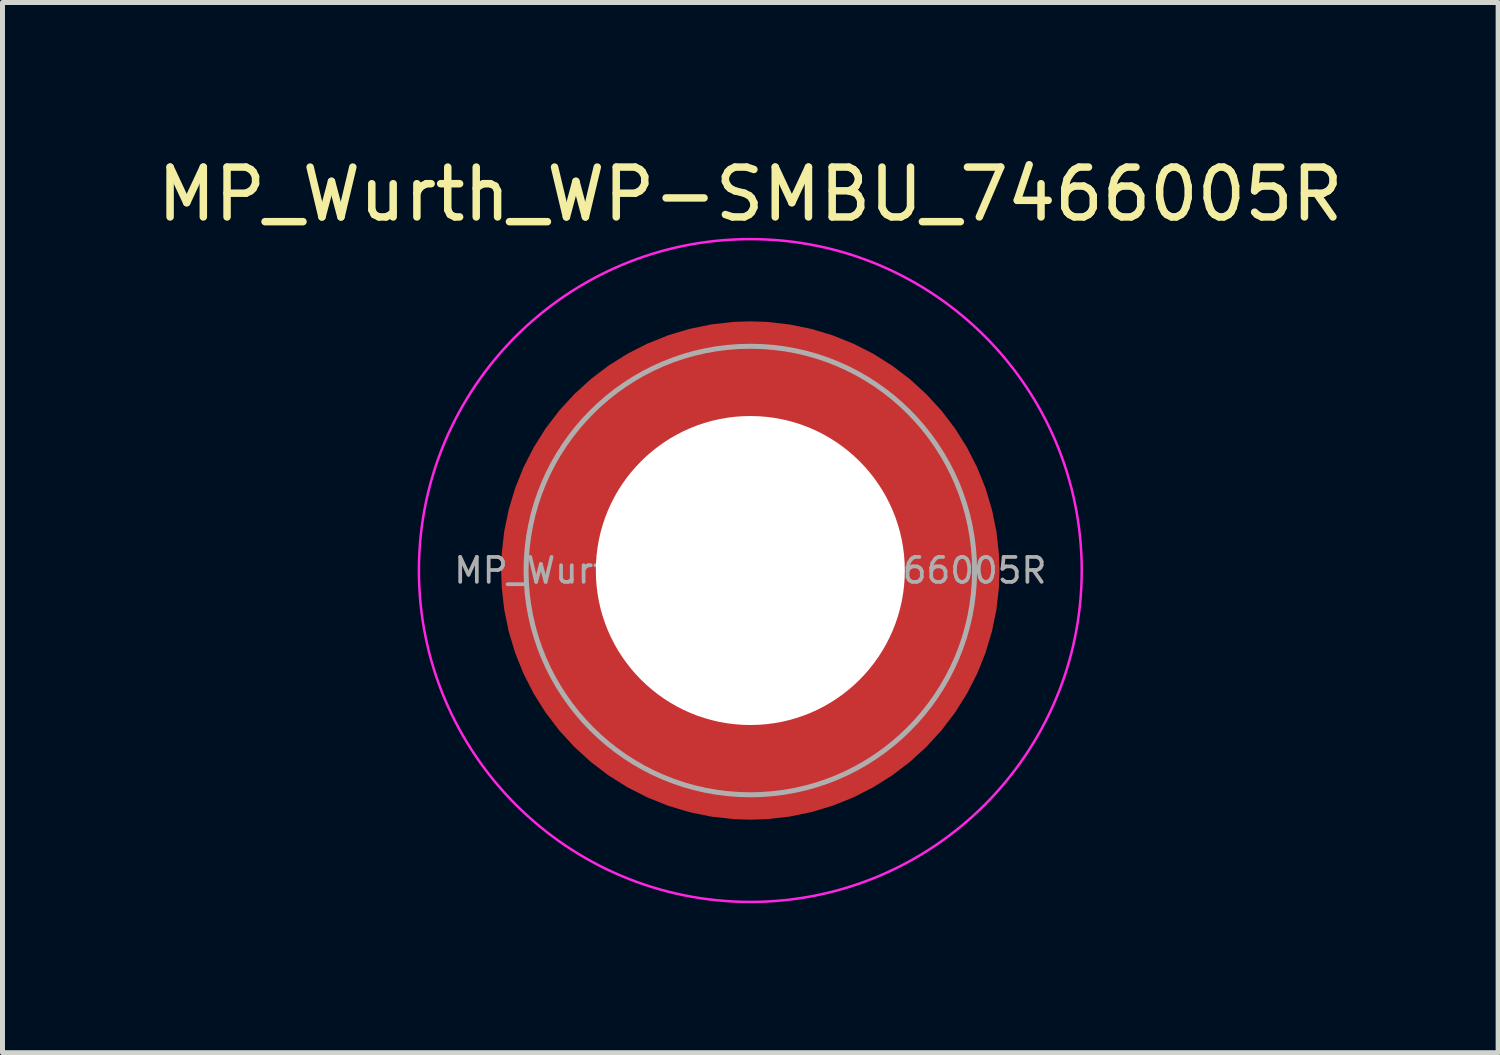
<source format=kicad_pcb>
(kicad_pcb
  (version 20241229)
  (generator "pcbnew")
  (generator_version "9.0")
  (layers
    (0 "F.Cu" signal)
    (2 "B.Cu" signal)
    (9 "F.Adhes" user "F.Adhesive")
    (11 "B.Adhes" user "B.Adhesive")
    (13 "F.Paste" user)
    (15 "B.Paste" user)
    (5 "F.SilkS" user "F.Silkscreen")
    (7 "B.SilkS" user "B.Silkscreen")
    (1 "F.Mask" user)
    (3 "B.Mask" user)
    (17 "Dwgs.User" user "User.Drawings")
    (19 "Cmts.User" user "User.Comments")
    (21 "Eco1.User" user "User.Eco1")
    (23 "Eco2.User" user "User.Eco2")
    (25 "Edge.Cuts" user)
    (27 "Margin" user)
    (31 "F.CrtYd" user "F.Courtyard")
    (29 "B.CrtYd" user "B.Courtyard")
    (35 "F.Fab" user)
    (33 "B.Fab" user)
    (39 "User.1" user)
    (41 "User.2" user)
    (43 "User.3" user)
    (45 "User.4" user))
  (footprint "MP_Wurth_WP-SMBU_7466005R"
    (layer "F.Cu")
    (at 12.006 8.398)
    (property "Reference" "MP_Wurth_WP-SMBU_7466005R" (at 0 -7.55 0) (unlocked yes) (layer "F.SilkS") (effects (font (size 1 1) (thickness 0.15))))
    (attr smd)
    (fp_poly (pts (xy -3.201 0.524) (xy -3.196 0.554) (xy -3.19 0.586) (xy -3.185 0.618) (xy -3.178 0.65) (xy -3.171 0.688) (xy -3.162 0.724) (xy -3.162 0.725) (xy -3.154 0.762) (xy -3.147 0.792) (xy -3.137 0.827) (xy -3.137 0.827) (xy -3.127 0.868) (xy -3.115 0.907) (xy -3.105 0.941) (xy -3.092 0.982) (xy -3.08 1.022) (xy -3.068 1.052) (xy -3.068 1.052) (xy -3.058 1.083) (xy -3.045 1.123) (xy -3.031 1.158) (xy -3.031 1.158) (xy -3.017 1.195) (xy -3.004 1.23) (xy -2.987 1.268) (xy -2.969 1.307) (xy -2.969 1.307) (xy -2.952 1.346) (xy -2.933 1.39) (xy -2.913 1.43) (xy -2.893 1.469) (xy -2.868 1.517) (xy -2.84 1.568) (xy -2.814 1.616) (xy -2.791 1.653) (xy -2.791 1.654) (xy -2.777 1.68) (xy -2.761 1.703) (xy -2.74 1.736) (xy -2.71 1.783) (xy -2.681 1.83) (xy -2.638 1.887) (xy -2.637 1.887) (xy -2.599 1.945) (xy -2.56 1.991) (xy -2.56 1.991) (xy -2.532 2.028) (xy -2.501 2.066) (xy -2.473 2.1) (xy -2.442 2.135) (xy -2.422 2.159) (xy -2.394 2.189) (xy -2.369 2.216) (xy -2.346 2.241) (xy -2.319 2.268) (xy -2.286 2.302) (xy -2.264 2.323) (xy -2.236 2.351) (xy -2.202 2.382) (xy -2.176 2.407) (xy -2.144 2.437) (xy -2.123 2.452) (xy -2.123 2.453) (xy -2.104 2.469) (xy -2.104 2.469) (xy -2.083 2.488) (xy -2.06 2.507) (xy -2.026 2.534) (xy -1.987 2.564) (xy -1.987 2.564) (xy -1.935 2.607) (xy -1.885 2.642) (xy -1.822 2.685) (xy -1.746 2.733) (xy -1.746 2.733) (xy -1.696 2.765) (xy -1.648 2.795) (xy -1.604 2.82) (xy -1.555 2.846) (xy -1.554 2.846) (xy -1.519 2.868) (xy -1.468 2.891) (xy -1.467 2.892) (xy -1.407 2.925) (xy -1.345 2.951) (xy -1.345 2.951) (xy -1.289 2.976) (xy -1.249 2.996) (xy -1.212 3.01) (xy -1.174 3.025) (xy -1.143 3.036) (xy -1.107 3.05) (xy -1.069 3.062) (xy -1.069 3.062) (xy -1.037 3.073) (xy -1.037 3.073) (xy -1.005 3.085) (xy -0.934 3.107) (xy -0.882 3.121) (xy -0.841 3.132) (xy -0.84 3.132) (xy -0.8 3.144) (xy -0.756 3.156) (xy -0.709 3.165) (xy -0.709 3.165) (xy -0.66 3.176) (xy -0.607 3.188) (xy -0.561 3.194) (xy -0.561 3.194) (xy -0.52 3.202) (xy -0.495 3.206) (xy -0.495 4.875) (xy -0.533 4.875) (xy -0.533 4.875) (xy -0.576 4.871) (xy -0.576 4.871) (xy -0.628 4.864) (xy -0.675 4.858) (xy -0.721 4.851) (xy -0.758 4.846) (xy -0.758 4.846) (xy -0.788 4.841) (xy -0.823 4.834) (xy -0.862 4.827) (xy -0.901 4.821) (xy -0.95 4.812) (xy -1.02 4.798) (xy -1.02 4.798) (xy -1.092 4.781) (xy -1.151 4.768) (xy -1.151 4.768) (xy -1.217 4.751) (xy -1.287 4.733) (xy -1.287 4.733) (xy -1.34 4.717) (xy -1.507 4.667) (xy -1.583 4.643) (xy -1.583 4.643) (xy -1.669 4.613) (xy -1.67 4.613) (xy -1.756 4.578) (xy -1.828 4.549) (xy -1.906 4.519) (xy -1.906 4.519) (xy -1.986 4.483) (xy -2.057 4.453) (xy -2.057 4.453) (xy -2.278 4.347) (xy -2.278 4.347) (xy -2.42 4.266) (xy -2.577 4.173) (xy -2.577 4.173) (xy -2.705 4.094) (xy -2.705 4.094) (xy -2.849 3.994) (xy -2.849 3.994) (xy -2.998 3.878) (xy -3.153 3.757) (xy -3.153 3.757) (xy -3.398 3.537) (xy -3.399 3.537) (xy -3.682 3.237) (xy -3.682 3.237) (xy -3.896 2.977) (xy -3.896 2.976) (xy -4.08 2.717) (xy -4.081 2.716) (xy -4.277 2.393) (xy -4.277 2.393) (xy -4.446 2.075) (xy -4.447 2.074) (xy -4.588 1.739) (xy -4.588 1.739) (xy -4.687 1.451) (xy -4.688 1.451) (xy -4.786 1.075) (xy -4.786 1.075) (xy -4.849 0.743) (xy -4.849 0.743) (xy -4.872 0.549) (xy -4.872 0.549) (xy -4.875 0.495) (xy -3.206 0.495)) (stroke (width 0) (type default)) (fill yes) (layer "F.Paste"))
    (fp_poly (pts (xy -0.495 -3.206) (xy -0.524 -3.201) (xy -0.554 -3.196) (xy -0.586 -3.19) (xy -0.618 -3.185) (xy -0.65 -3.178) (xy -0.688 -3.171) (xy -0.724 -3.162) (xy -0.725 -3.162) (xy -0.762 -3.154) (xy -0.792 -3.147) (xy -0.827 -3.137) (xy -0.827 -3.137) (xy -0.868 -3.127) (xy -0.907 -3.115) (xy -0.941 -3.105) (xy -0.982 -3.092) (xy -1.022 -3.08) (xy -1.052 -3.068) (xy -1.052 -3.068) (xy -1.083 -3.058) (xy -1.123 -3.045) (xy -1.158 -3.031) (xy -1.158 -3.031) (xy -1.195 -3.017) (xy -1.23 -3.004) (xy -1.268 -2.987) (xy -1.307 -2.969) (xy -1.307 -2.969) (xy -1.346 -2.952) (xy -1.39 -2.933) (xy -1.43 -2.913) (xy -1.469 -2.893) (xy -1.517 -2.868) (xy -1.568 -2.84) (xy -1.616 -2.814) (xy -1.653 -2.791) (xy -1.654 -2.791) (xy -1.68 -2.777) (xy -1.703 -2.761) (xy -1.736 -2.74) (xy -1.783 -2.71) (xy -1.83 -2.681) (xy -1.887 -2.638) (xy -1.887 -2.637) (xy -1.945 -2.599) (xy -1.991 -2.56) (xy -1.991 -2.56) (xy -2.028 -2.532) (xy -2.066 -2.501) (xy -2.1 -2.473) (xy -2.135 -2.442) (xy -2.159 -2.422) (xy -2.189 -2.394) (xy -2.216 -2.369) (xy -2.241 -2.346) (xy -2.268 -2.319) (xy -2.302 -2.286) (xy -2.323 -2.264) (xy -2.351 -2.236) (xy -2.382 -2.202) (xy -2.407 -2.176) (xy -2.437 -2.144) (xy -2.452 -2.123) (xy -2.453 -2.123) (xy -2.469 -2.104) (xy -2.469 -2.104) (xy -2.488 -2.083) (xy -2.507 -2.06) (xy -2.534 -2.026) (xy -2.564 -1.987) (xy -2.564 -1.987) (xy -2.607 -1.935) (xy -2.642 -1.885) (xy -2.685 -1.822) (xy -2.733 -1.746) (xy -2.733 -1.746) (xy -2.765 -1.696) (xy -2.795 -1.648) (xy -2.82 -1.604) (xy -2.846 -1.555) (xy -2.846 -1.554) (xy -2.868 -1.519) (xy -2.891 -1.468) (xy -2.892 -1.467) (xy -2.925 -1.407) (xy -2.951 -1.345) (xy -2.951 -1.345) (xy -2.976 -1.289) (xy -2.996 -1.249) (xy -3.01 -1.212) (xy -3.025 -1.174) (xy -3.036 -1.143) (xy -3.05 -1.107) (xy -3.062 -1.069) (xy -3.062 -1.069) (xy -3.073 -1.037) (xy -3.073 -1.037) (xy -3.085 -1.005) (xy -3.107 -0.934) (xy -3.121 -0.882) (xy -3.132 -0.841) (xy -3.132 -0.84) (xy -3.144 -0.8) (xy -3.156 -0.756) (xy -3.165 -0.709) (xy -3.165 -0.709) (xy -3.176 -0.66) (xy -3.188 -0.607) (xy -3.194 -0.561) (xy -3.194 -0.561) (xy -3.202 -0.52) (xy -3.206 -0.495) (xy -4.875 -0.495) (xy -4.875 -0.533) (xy -4.875 -0.533) (xy -4.871 -0.576) (xy -4.871 -0.576) (xy -4.864 -0.628) (xy -4.858 -0.675) (xy -4.851 -0.721) (xy -4.846 -0.758) (xy -4.846 -0.758) (xy -4.841 -0.788) (xy -4.834 -0.823) (xy -4.827 -0.862) (xy -4.821 -0.901) (xy -4.812 -0.95) (xy -4.798 -1.02) (xy -4.798 -1.02) (xy -4.781 -1.092) (xy -4.768 -1.151) (xy -4.768 -1.151) (xy -4.751 -1.217) (xy -4.733 -1.287) (xy -4.733 -1.287) (xy -4.717 -1.34) (xy -4.667 -1.507) (xy -4.643 -1.583) (xy -4.643 -1.583) (xy -4.613 -1.669) (xy -4.613 -1.67) (xy -4.578 -1.756) (xy -4.549 -1.828) (xy -4.519 -1.906) (xy -4.519 -1.906) (xy -4.483 -1.986) (xy -4.453 -2.057) (xy -4.453 -2.057) (xy -4.347 -2.278) (xy -4.347 -2.278) (xy -4.266 -2.42) (xy -4.173 -2.577) (xy -4.173 -2.577) (xy -4.094 -2.705) (xy -4.094 -2.705) (xy -3.994 -2.849) (xy -3.994 -2.849) (xy -3.878 -2.998) (xy -3.757 -3.153) (xy -3.757 -3.153) (xy -3.537 -3.398) (xy -3.537 -3.399) (xy -3.237 -3.682) (xy -3.237 -3.682) (xy -2.977 -3.896) (xy -2.976 -3.896) (xy -2.717 -4.08) (xy -2.716 -4.081) (xy -2.393 -4.277) (xy -2.393 -4.277) (xy -2.075 -4.446) (xy -2.074 -4.447) (xy -1.739 -4.588) (xy -1.739 -4.588) (xy -1.451 -4.687) (xy -1.451 -4.688) (xy -1.075 -4.786) (xy -1.075 -4.786) (xy -0.743 -4.849) (xy -0.743 -4.849) (xy -0.549 -4.872) (xy -0.549 -4.872) (xy -0.495 -4.875)) (stroke (width 0) (type default)) (fill yes) (layer "F.Paste"))
    (fp_poly (pts (xy 0.533 -4.875) (xy 0.533 -4.875) (xy 0.576 -4.871) (xy 0.576 -4.871) (xy 0.628 -4.864) (xy 0.675 -4.858) (xy 0.721 -4.851) (xy 0.758 -4.846) (xy 0.758 -4.846) (xy 0.788 -4.841) (xy 0.823 -4.834) (xy 0.862 -4.827) (xy 0.901 -4.821) (xy 0.95 -4.812) (xy 1.02 -4.798) (xy 1.02 -4.798) (xy 1.092 -4.781) (xy 1.151 -4.768) (xy 1.151 -4.768) (xy 1.217 -4.751) (xy 1.287 -4.733) (xy 1.287 -4.733) (xy 1.34 -4.717) (xy 1.507 -4.667) (xy 1.583 -4.643) (xy 1.583 -4.643) (xy 1.669 -4.613) (xy 1.67 -4.613) (xy 1.756 -4.578) (xy 1.828 -4.549) (xy 1.906 -4.519) (xy 1.906 -4.519) (xy 1.986 -4.483) (xy 2.057 -4.453) (xy 2.057 -4.453) (xy 2.278 -4.347) (xy 2.278 -4.347) (xy 2.42 -4.266) (xy 2.577 -4.173) (xy 2.577 -4.173) (xy 2.705 -4.094) (xy 2.705 -4.094) (xy 2.849 -3.994) (xy 2.849 -3.994) (xy 2.998 -3.878) (xy 3.153 -3.757) (xy 3.153 -3.757) (xy 3.398 -3.537) (xy 3.399 -3.537) (xy 3.682 -3.237) (xy 3.682 -3.237) (xy 3.896 -2.977) (xy 3.896 -2.976) (xy 4.08 -2.717) (xy 4.081 -2.716) (xy 4.277 -2.393) (xy 4.277 -2.393) (xy 4.446 -2.075) (xy 4.447 -2.074) (xy 4.588 -1.739) (xy 4.588 -1.739) (xy 4.687 -1.451) (xy 4.688 -1.451) (xy 4.786 -1.075) (xy 4.786 -1.075) (xy 4.849 -0.743) (xy 4.849 -0.743) (xy 4.872 -0.549) (xy 4.872 -0.549) (xy 4.875 -0.495) (xy 3.206 -0.495) (xy 3.201 -0.524) (xy 3.196 -0.554) (xy 3.19 -0.586) (xy 3.185 -0.618) (xy 3.178 -0.65) (xy 3.171 -0.688) (xy 3.162 -0.724) (xy 3.162 -0.725) (xy 3.154 -0.762) (xy 3.147 -0.792) (xy 3.137 -0.827) (xy 3.137 -0.827) (xy 3.127 -0.868) (xy 3.115 -0.907) (xy 3.105 -0.941) (xy 3.092 -0.982) (xy 3.08 -1.022) (xy 3.068 -1.052) (xy 3.068 -1.052) (xy 3.058 -1.083) (xy 3.045 -1.123) (xy 3.031 -1.158) (xy 3.031 -1.158) (xy 3.017 -1.195) (xy 3.004 -1.23) (xy 2.987 -1.268) (xy 2.969 -1.307) (xy 2.969 -1.307) (xy 2.952 -1.346) (xy 2.933 -1.39) (xy 2.913 -1.43) (xy 2.893 -1.469) (xy 2.868 -1.517) (xy 2.84 -1.568) (xy 2.814 -1.616) (xy 2.791 -1.653) (xy 2.791 -1.654) (xy 2.777 -1.68) (xy 2.761 -1.703) (xy 2.74 -1.736) (xy 2.71 -1.783) (xy 2.681 -1.83) (xy 2.638 -1.887) (xy 2.637 -1.887) (xy 2.599 -1.945) (xy 2.56 -1.991) (xy 2.56 -1.991) (xy 2.532 -2.028) (xy 2.501 -2.066) (xy 2.473 -2.1) (xy 2.442 -2.135) (xy 2.422 -2.159) (xy 2.394 -2.189) (xy 2.369 -2.216) (xy 2.346 -2.241) (xy 2.319 -2.268) (xy 2.286 -2.302) (xy 2.264 -2.323) (xy 2.236 -2.351) (xy 2.202 -2.382) (xy 2.176 -2.407) (xy 2.144 -2.437) (xy 2.123 -2.452) (xy 2.123 -2.453) (xy 2.104 -2.469) (xy 2.104 -2.469) (xy 2.083 -2.488) (xy 2.06 -2.507) (xy 2.026 -2.534) (xy 1.987 -2.564) (xy 1.987 -2.564) (xy 1.935 -2.607) (xy 1.885 -2.642) (xy 1.822 -2.685) (xy 1.746 -2.733) (xy 1.746 -2.733) (xy 1.696 -2.765) (xy 1.648 -2.795) (xy 1.604 -2.82) (xy 1.555 -2.846) (xy 1.554 -2.846) (xy 1.519 -2.868) (xy 1.468 -2.891) (xy 1.467 -2.892) (xy 1.407 -2.925) (xy 1.345 -2.951) (xy 1.345 -2.951) (xy 1.289 -2.976) (xy 1.249 -2.996) (xy 1.212 -3.01) (xy 1.174 -3.025) (xy 1.143 -3.036) (xy 1.107 -3.05) (xy 1.069 -3.062) (xy 1.069 -3.062) (xy 1.037 -3.073) (xy 1.037 -3.073) (xy 1.005 -3.085) (xy 0.934 -3.107) (xy 0.882 -3.121) (xy 0.841 -3.132) (xy 0.84 -3.132) (xy 0.8 -3.144) (xy 0.756 -3.156) (xy 0.709 -3.165) (xy 0.709 -3.165) (xy 0.66 -3.176) (xy 0.607 -3.188) (xy 0.561 -3.194) (xy 0.561 -3.194) (xy 0.52 -3.202) (xy 0.495 -3.206) (xy 0.495 -4.875)) (stroke (width 0) (type default)) (fill yes) (layer "F.Paste"))
    (fp_poly (pts (xy 4.875 0.533) (xy 4.875 0.533) (xy 4.871 0.576) (xy 4.871 0.576) (xy 4.864 0.628) (xy 4.858 0.675) (xy 4.851 0.721) (xy 4.846 0.758) (xy 4.846 0.758) (xy 4.841 0.788) (xy 4.834 0.823) (xy 4.827 0.862) (xy 4.821 0.901) (xy 4.812 0.95) (xy 4.798 1.02) (xy 4.798 1.02) (xy 4.781 1.092) (xy 4.768 1.151) (xy 4.768 1.151) (xy 4.751 1.217) (xy 4.733 1.287) (xy 4.733 1.287) (xy 4.717 1.34) (xy 4.667 1.507) (xy 4.643 1.583) (xy 4.643 1.583) (xy 4.613 1.669) (xy 4.613 1.67) (xy 4.578 1.756) (xy 4.549 1.828) (xy 4.519 1.906) (xy 4.519 1.906) (xy 4.483 1.986) (xy 4.453 2.057) (xy 4.453 2.057) (xy 4.347 2.278) (xy 4.347 2.278) (xy 4.266 2.42) (xy 4.173 2.577) (xy 4.173 2.577) (xy 4.094 2.705) (xy 4.094 2.705) (xy 3.994 2.849) (xy 3.994 2.849) (xy 3.878 2.998) (xy 3.757 3.153) (xy 3.757 3.153) (xy 3.537 3.398) (xy 3.537 3.399) (xy 3.237 3.682) (xy 3.237 3.682) (xy 2.977 3.896) (xy 2.976 3.896) (xy 2.717 4.08) (xy 2.716 4.081) (xy 2.393 4.277) (xy 2.393 4.277) (xy 2.075 4.446) (xy 2.074 4.447) (xy 1.739 4.588) (xy 1.739 4.588) (xy 1.451 4.687) (xy 1.451 4.688) (xy 1.075 4.786) (xy 1.075 4.786) (xy 0.743 4.849) (xy 0.743 4.849) (xy 0.549 4.872) (xy 0.549 4.872) (xy 0.495 4.875) (xy 0.495 3.206) (xy 0.524 3.201) (xy 0.554 3.196) (xy 0.586 3.19) (xy 0.618 3.185) (xy 0.65 3.178) (xy 0.688 3.171) (xy 0.724 3.162) (xy 0.725 3.162) (xy 0.762 3.154) (xy 0.792 3.147) (xy 0.827 3.137) (xy 0.827 3.137) (xy 0.868 3.127) (xy 0.907 3.115) (xy 0.941 3.105) (xy 0.982 3.092) (xy 1.022 3.08) (xy 1.052 3.068) (xy 1.052 3.068) (xy 1.083 3.058) (xy 1.123 3.045) (xy 1.158 3.031) (xy 1.158 3.031) (xy 1.195 3.017) (xy 1.23 3.004) (xy 1.268 2.987) (xy 1.307 2.969) (xy 1.307 2.969) (xy 1.346 2.952) (xy 1.39 2.933) (xy 1.43 2.913) (xy 1.469 2.893) (xy 1.517 2.868) (xy 1.568 2.84) (xy 1.616 2.814) (xy 1.653 2.791) (xy 1.654 2.791) (xy 1.68 2.777) (xy 1.703 2.761) (xy 1.736 2.74) (xy 1.783 2.71) (xy 1.83 2.681) (xy 1.887 2.638) (xy 1.887 2.637) (xy 1.945 2.599) (xy 1.991 2.56) (xy 1.991 2.56) (xy 2.028 2.532) (xy 2.066 2.501) (xy 2.1 2.473) (xy 2.135 2.442) (xy 2.159 2.422) (xy 2.189 2.394) (xy 2.216 2.369) (xy 2.241 2.346) (xy 2.268 2.319) (xy 2.302 2.286) (xy 2.323 2.264) (xy 2.351 2.236) (xy 2.382 2.202) (xy 2.407 2.176) (xy 2.437 2.144) (xy 2.452 2.123) (xy 2.453 2.123) (xy 2.469 2.104) (xy 2.469 2.104) (xy 2.488 2.083) (xy 2.507 2.06) (xy 2.534 2.026) (xy 2.564 1.987) (xy 2.564 1.987) (xy 2.607 1.935) (xy 2.642 1.885) (xy 2.685 1.822) (xy 2.733 1.746) (xy 2.733 1.746) (xy 2.765 1.696) (xy 2.795 1.648) (xy 2.82 1.604) (xy 2.846 1.555) (xy 2.846 1.554) (xy 2.868 1.519) (xy 2.891 1.468) (xy 2.892 1.467) (xy 2.925 1.407) (xy 2.951 1.345) (xy 2.951 1.345) (xy 2.976 1.289) (xy 2.996 1.249) (xy 3.01 1.212) (xy 3.025 1.174) (xy 3.036 1.143) (xy 3.05 1.107) (xy 3.062 1.069) (xy 3.062 1.069) (xy 3.073 1.037) (xy 3.073 1.037) (xy 3.085 1.005) (xy 3.107 0.934) (xy 3.121 0.882) (xy 3.132 0.841) (xy 3.132 0.84) (xy 3.144 0.8) (xy 3.156 0.756) (xy 3.165 0.709) (xy 3.165 0.709) (xy 3.176 0.66) (xy 3.188 0.607) (xy 3.194 0.561) (xy 3.194 0.561) (xy 3.202 0.52) (xy 3.206 0.495) (xy 4.875 0.495)) (stroke (width 0) (type default)) (fill yes) (layer "F.Paste"))
    (fp_circle (center 0 0) (end 6.65 0) (stroke (width 0.05) (type solid)) (fill no) (layer "F.CrtYd"))
    (fp_circle (center 0 0) (end 4.5 0) (stroke (width 0.1) (type solid)) (fill no) (layer "F.Fab"))
    (fp_text user "${REFERENCE}" (at 0 0 0) (unlocked yes) (layer "F.Fab") (effects (font (size 0.5 0.5) (thickness 0.075))))
    (pad "" np_thru_hole circle (at 0 0) (size 6.2 6.2) (drill 6.2) (layers "*.Cu" "*.Mask"))
    (pad "1" smd roundrect (at 0 0) (size 10 10) (layers "F.Cu" "F.Mask") (roundrect_rratio 0.5)))
  (gr_rect
    (start -3 -3)
    (end 27.012 18.073)
    (stroke (width 0.1) (type default))
    (fill no)
    (layer "Edge.Cuts")))
</source>
